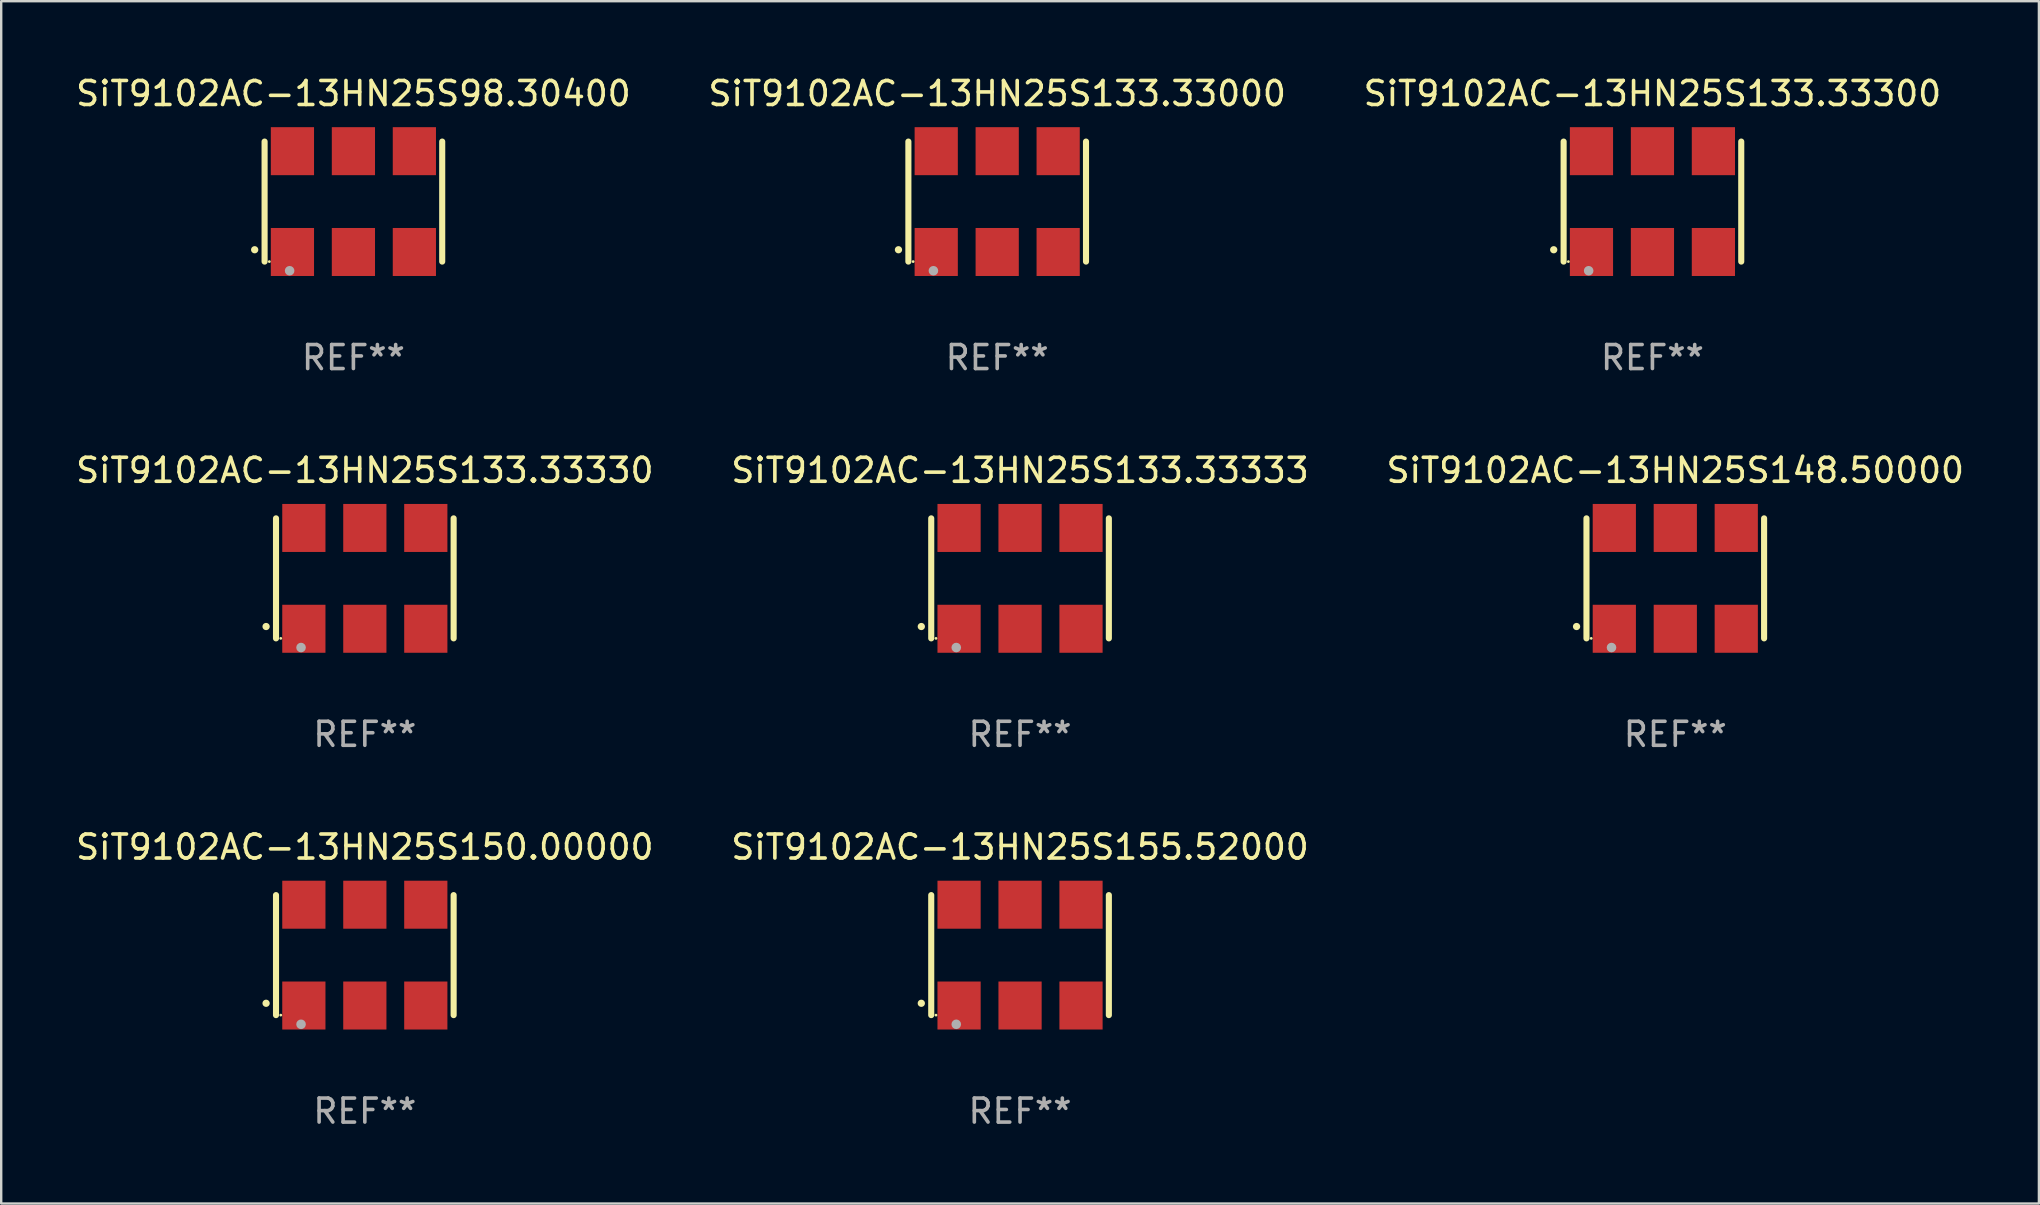
<source format=kicad_pcb>
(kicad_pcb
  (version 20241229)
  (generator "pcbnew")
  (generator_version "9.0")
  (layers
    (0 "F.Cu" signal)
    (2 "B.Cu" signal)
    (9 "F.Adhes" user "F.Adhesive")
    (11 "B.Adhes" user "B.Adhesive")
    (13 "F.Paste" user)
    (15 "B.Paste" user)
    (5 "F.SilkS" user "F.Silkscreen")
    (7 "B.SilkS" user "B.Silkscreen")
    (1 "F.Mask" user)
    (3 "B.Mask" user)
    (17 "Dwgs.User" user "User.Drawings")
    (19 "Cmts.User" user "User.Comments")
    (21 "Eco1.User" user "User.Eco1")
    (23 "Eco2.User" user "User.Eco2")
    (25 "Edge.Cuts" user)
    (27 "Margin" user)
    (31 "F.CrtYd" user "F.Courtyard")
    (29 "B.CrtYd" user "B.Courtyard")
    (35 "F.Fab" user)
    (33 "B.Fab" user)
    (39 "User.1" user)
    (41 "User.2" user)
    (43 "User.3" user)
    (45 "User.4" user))
  (footprint "SiT9102AC-13HN25S148.50000"
    (layer "F.Cu")
    (at 66.744 21.045)
    (property "Reference" "SiT9102AC-13HN25S148.50000" (at 0 -4.5 0) (layer "F.SilkS") (effects (font (size 1 1) (thickness 0.15))))
    (attr through_hole)
    (fp_line (start -3.7 -2.5) (end -3.7 2.5) (stroke (width 0.254) (type solid)) (layer "F.SilkS"))
    (fp_line (start 3.7 -2.5) (end 3.7 2.5) (stroke (width 0.254) (type solid)) (layer "F.SilkS"))
    (fp_arc (start -4.114415 2.006604) (mid -4.113145 2.006599) (end -4.111875 2.006604) (stroke (width 0.3) (type solid)) (layer "F.SilkS"))
    (fp_circle (center -3.502 2.5) (end -3.472 2.5) (stroke (width 0.06) (type solid)) (fill no) (layer "F.SilkS"))
    (fp_circle (center -2.657 2.882) (end -2.557 2.882) (stroke (width 0.2) (type solid)) (fill no) (layer "F.Fab"))
    (fp_text user "REF**" (at 0 6.5 0) (layer "F.Fab") (effects (font (size 1 1) (thickness 0.15))))
    (pad "1" smd rect (at -2.54 2.1) (size 1.8 2) (layers "F.Cu" "F.Mask" "F.Paste"))
    (pad "2" smd rect (at 0.000394 2.1) (size 1.8 2) (layers "F.Cu" "F.Mask" "F.Paste"))
    (pad "3" smd rect (at 2.54 2.1) (size 1.8 2) (layers "F.Cu" "F.Mask" "F.Paste"))
    (pad "4" smd rect (at 2.54 -2.1) (size 1.8 2) (layers "F.Cu" "F.Mask" "F.Paste"))
    (pad "5" smd rect (at 0.000394 -2.1) (size 1.8 2) (layers "F.Cu" "F.Mask" "F.Paste"))
    (pad "6" smd rect (at -2.54 -2.1) (size 1.8 2) (layers "F.Cu" "F.Mask" "F.Paste")))
  (footprint "SiT9102AC-13HN25S150.00000"
    (layer "F.Cu")
    (at 12.149 36.741)
    (property "Reference" "SiT9102AC-13HN25S150.00000" (at 0 -4.5 0) (layer "F.SilkS") (effects (font (size 1 1) (thickness 0.15))))
    (attr through_hole)
    (fp_line (start -3.7 -2.5) (end -3.7 2.5) (stroke (width 0.254) (type solid)) (layer "F.SilkS"))
    (fp_line (start 3.7 -2.5) (end 3.7 2.5) (stroke (width 0.254) (type solid)) (layer "F.SilkS"))
    (fp_arc (start -4.114415 2.006604) (mid -4.113145 2.006599) (end -4.111875 2.006604) (stroke (width 0.3) (type solid)) (layer "F.SilkS"))
    (fp_circle (center -3.502 2.5) (end -3.472 2.5) (stroke (width 0.06) (type solid)) (fill no) (layer "F.SilkS"))
    (fp_circle (center -2.657 2.882) (end -2.557 2.882) (stroke (width 0.2) (type solid)) (fill no) (layer "F.Fab"))
    (fp_text user "REF**" (at 0 6.5 0) (layer "F.Fab") (effects (font (size 1 1) (thickness 0.15))))
    (pad "1" smd rect (at -2.54 2.1) (size 1.8 2) (layers "F.Cu" "F.Mask" "F.Paste"))
    (pad "2" smd rect (at 0.000394 2.1) (size 1.8 2) (layers "F.Cu" "F.Mask" "F.Paste"))
    (pad "3" smd rect (at 2.54 2.1) (size 1.8 2) (layers "F.Cu" "F.Mask" "F.Paste"))
    (pad "4" smd rect (at 2.54 -2.1) (size 1.8 2) (layers "F.Cu" "F.Mask" "F.Paste"))
    (pad "5" smd rect (at 0.000394 -2.1) (size 1.8 2) (layers "F.Cu" "F.Mask" "F.Paste"))
    (pad "6" smd rect (at -2.54 -2.1) (size 1.8 2) (layers "F.Cu" "F.Mask" "F.Paste")))
  (footprint "SiT9102AC-13HN25S133.33000"
    (layer "F.Cu")
    (at 38.494 5.348)
    (property "Reference" "SiT9102AC-13HN25S133.33000" (at 0 -4.5 0) (layer "F.SilkS") (effects (font (size 1 1) (thickness 0.15))))
    (attr through_hole)
    (fp_line (start -3.7 -2.5) (end -3.7 2.5) (stroke (width 0.254) (type solid)) (layer "F.SilkS"))
    (fp_line (start 3.7 -2.5) (end 3.7 2.5) (stroke (width 0.254) (type solid)) (layer "F.SilkS"))
    (fp_arc (start -4.114415 2.006604) (mid -4.113145 2.006599) (end -4.111875 2.006604) (stroke (width 0.3) (type solid)) (layer "F.SilkS"))
    (fp_circle (center -3.502 2.5) (end -3.472 2.5) (stroke (width 0.06) (type solid)) (fill no) (layer "F.SilkS"))
    (fp_circle (center -2.657 2.882) (end -2.557 2.882) (stroke (width 0.2) (type solid)) (fill no) (layer "F.Fab"))
    (fp_text user "REF**" (at 0 6.5 0) (layer "F.Fab") (effects (font (size 1 1) (thickness 0.15))))
    (pad "1" smd rect (at -2.54 2.1) (size 1.8 2) (layers "F.Cu" "F.Mask" "F.Paste"))
    (pad "2" smd rect (at 0.000394 2.1) (size 1.8 2) (layers "F.Cu" "F.Mask" "F.Paste"))
    (pad "3" smd rect (at 2.54 2.1) (size 1.8 2) (layers "F.Cu" "F.Mask" "F.Paste"))
    (pad "4" smd rect (at 2.54 -2.1) (size 1.8 2) (layers "F.Cu" "F.Mask" "F.Paste"))
    (pad "5" smd rect (at 0.000394 -2.1) (size 1.8 2) (layers "F.Cu" "F.Mask" "F.Paste"))
    (pad "6" smd rect (at -2.54 -2.1) (size 1.8 2) (layers "F.Cu" "F.Mask" "F.Paste")))
  (footprint "SiT9102AC-13HN25S133.33330"
    (layer "F.Cu")
    (at 12.149 21.045)
    (property "Reference" "SiT9102AC-13HN25S133.33330" (at 0 -4.5 0) (layer "F.SilkS") (effects (font (size 1 1) (thickness 0.15))))
    (attr through_hole)
    (fp_line (start -3.7 -2.5) (end -3.7 2.5) (stroke (width 0.254) (type solid)) (layer "F.SilkS"))
    (fp_line (start 3.7 -2.5) (end 3.7 2.5) (stroke (width 0.254) (type solid)) (layer "F.SilkS"))
    (fp_arc (start -4.114415 2.006604) (mid -4.113145 2.006599) (end -4.111875 2.006604) (stroke (width 0.3) (type solid)) (layer "F.SilkS"))
    (fp_circle (center -3.502 2.5) (end -3.472 2.5) (stroke (width 0.06) (type solid)) (fill no) (layer "F.SilkS"))
    (fp_circle (center -2.657 2.882) (end -2.557 2.882) (stroke (width 0.2) (type solid)) (fill no) (layer "F.Fab"))
    (fp_text user "REF**" (at 0 6.5 0) (layer "F.Fab") (effects (font (size 1 1) (thickness 0.15))))
    (pad "1" smd rect (at -2.54 2.1) (size 1.8 2) (layers "F.Cu" "F.Mask" "F.Paste"))
    (pad "2" smd rect (at 0.000394 2.1) (size 1.8 2) (layers "F.Cu" "F.Mask" "F.Paste"))
    (pad "3" smd rect (at 2.54 2.1) (size 1.8 2) (layers "F.Cu" "F.Mask" "F.Paste"))
    (pad "4" smd rect (at 2.54 -2.1) (size 1.8 2) (layers "F.Cu" "F.Mask" "F.Paste"))
    (pad "5" smd rect (at 0.000394 -2.1) (size 1.8 2) (layers "F.Cu" "F.Mask" "F.Paste"))
    (pad "6" smd rect (at -2.54 -2.1) (size 1.8 2) (layers "F.Cu" "F.Mask" "F.Paste")))
  (footprint "SiT9102AC-13HN25S98.30400"
    (layer "F.Cu")
    (at 11.673 5.348)
    (property "Reference" "SiT9102AC-13HN25S98.30400" (at 0 -4.5 0) (layer "F.SilkS") (effects (font (size 1 1) (thickness 0.15))))
    (attr through_hole)
    (fp_line (start -3.7 -2.5) (end -3.7 2.5) (stroke (width 0.254) (type solid)) (layer "F.SilkS"))
    (fp_line (start 3.7 -2.5) (end 3.7 2.5) (stroke (width 0.254) (type solid)) (layer "F.SilkS"))
    (fp_arc (start -4.114415 2.006604) (mid -4.113145 2.006599) (end -4.111875 2.006604) (stroke (width 0.3) (type solid)) (layer "F.SilkS"))
    (fp_circle (center -3.502 2.5) (end -3.472 2.5) (stroke (width 0.06) (type solid)) (fill no) (layer "F.SilkS"))
    (fp_circle (center -2.657 2.882) (end -2.557 2.882) (stroke (width 0.2) (type solid)) (fill no) (layer "F.Fab"))
    (fp_text user "REF**" (at 0 6.5 0) (layer "F.Fab") (effects (font (size 1 1) (thickness 0.15))))
    (pad "1" smd rect (at -2.54 2.1) (size 1.8 2) (layers "F.Cu" "F.Mask" "F.Paste"))
    (pad "2" smd rect (at 0.000394 2.1) (size 1.8 2) (layers "F.Cu" "F.Mask" "F.Paste"))
    (pad "3" smd rect (at 2.54 2.1) (size 1.8 2) (layers "F.Cu" "F.Mask" "F.Paste"))
    (pad "4" smd rect (at 2.54 -2.1) (size 1.8 2) (layers "F.Cu" "F.Mask" "F.Paste"))
    (pad "5" smd rect (at 0.000394 -2.1) (size 1.8 2) (layers "F.Cu" "F.Mask" "F.Paste"))
    (pad "6" smd rect (at -2.54 -2.1) (size 1.8 2) (layers "F.Cu" "F.Mask" "F.Paste")))
  (footprint "SiT9102AC-13HN25S133.33300"
    (layer "F.Cu")
    (at 65.792 5.348)
    (property "Reference" "SiT9102AC-13HN25S133.33300" (at 0 -4.5 0) (layer "F.SilkS") (effects (font (size 1 1) (thickness 0.15))))
    (attr through_hole)
    (fp_line (start -3.7 -2.5) (end -3.7 2.5) (stroke (width 0.254) (type solid)) (layer "F.SilkS"))
    (fp_line (start 3.7 -2.5) (end 3.7 2.5) (stroke (width 0.254) (type solid)) (layer "F.SilkS"))
    (fp_arc (start -4.114415 2.006604) (mid -4.113145 2.006599) (end -4.111875 2.006604) (stroke (width 0.3) (type solid)) (layer "F.SilkS"))
    (fp_circle (center -3.502 2.5) (end -3.472 2.5) (stroke (width 0.06) (type solid)) (fill no) (layer "F.SilkS"))
    (fp_circle (center -2.657 2.882) (end -2.557 2.882) (stroke (width 0.2) (type solid)) (fill no) (layer "F.Fab"))
    (fp_text user "REF**" (at 0 6.5 0) (layer "F.Fab") (effects (font (size 1 1) (thickness 0.15))))
    (pad "1" smd rect (at -2.54 2.1) (size 1.8 2) (layers "F.Cu" "F.Mask" "F.Paste"))
    (pad "2" smd rect (at 0.000394 2.1) (size 1.8 2) (layers "F.Cu" "F.Mask" "F.Paste"))
    (pad "3" smd rect (at 2.54 2.1) (size 1.8 2) (layers "F.Cu" "F.Mask" "F.Paste"))
    (pad "4" smd rect (at 2.54 -2.1) (size 1.8 2) (layers "F.Cu" "F.Mask" "F.Paste"))
    (pad "5" smd rect (at 0.000394 -2.1) (size 1.8 2) (layers "F.Cu" "F.Mask" "F.Paste"))
    (pad "6" smd rect (at -2.54 -2.1) (size 1.8 2) (layers "F.Cu" "F.Mask" "F.Paste")))
  (footprint "SiT9102AC-13HN25S133.33333"
    (layer "F.Cu")
    (at 39.446 21.045)
    (property "Reference" "SiT9102AC-13HN25S133.33333" (at 0 -4.5 0) (layer "F.SilkS") (effects (font (size 1 1) (thickness 0.15))))
    (attr through_hole)
    (fp_line (start -3.7 -2.5) (end -3.7 2.5) (stroke (width 0.254) (type solid)) (layer "F.SilkS"))
    (fp_line (start 3.7 -2.5) (end 3.7 2.5) (stroke (width 0.254) (type solid)) (layer "F.SilkS"))
    (fp_arc (start -4.114415 2.006604) (mid -4.113145 2.006599) (end -4.111875 2.006604) (stroke (width 0.3) (type solid)) (layer "F.SilkS"))
    (fp_circle (center -3.502 2.5) (end -3.472 2.5) (stroke (width 0.06) (type solid)) (fill no) (layer "F.SilkS"))
    (fp_circle (center -2.657 2.882) (end -2.557 2.882) (stroke (width 0.2) (type solid)) (fill no) (layer "F.Fab"))
    (fp_text user "REF**" (at 0 6.5 0) (layer "F.Fab") (effects (font (size 1 1) (thickness 0.15))))
    (pad "1" smd rect (at -2.54 2.1) (size 1.8 2) (layers "F.Cu" "F.Mask" "F.Paste"))
    (pad "2" smd rect (at 0.000394 2.1) (size 1.8 2) (layers "F.Cu" "F.Mask" "F.Paste"))
    (pad "3" smd rect (at 2.54 2.1) (size 1.8 2) (layers "F.Cu" "F.Mask" "F.Paste"))
    (pad "4" smd rect (at 2.54 -2.1) (size 1.8 2) (layers "F.Cu" "F.Mask" "F.Paste"))
    (pad "5" smd rect (at 0.000394 -2.1) (size 1.8 2) (layers "F.Cu" "F.Mask" "F.Paste"))
    (pad "6" smd rect (at -2.54 -2.1) (size 1.8 2) (layers "F.Cu" "F.Mask" "F.Paste")))
  (footprint "SiT9102AC-13HN25S155.52000"
    (layer "F.Cu")
    (at 39.446 36.741)
    (property "Reference" "SiT9102AC-13HN25S155.52000" (at 0 -4.5 0) (layer "F.SilkS") (effects (font (size 1 1) (thickness 0.15))))
    (attr through_hole)
    (fp_line (start -3.7 -2.5) (end -3.7 2.5) (stroke (width 0.254) (type solid)) (layer "F.SilkS"))
    (fp_line (start 3.7 -2.5) (end 3.7 2.5) (stroke (width 0.254) (type solid)) (layer "F.SilkS"))
    (fp_arc (start -4.114415 2.006604) (mid -4.113145 2.006599) (end -4.111875 2.006604) (stroke (width 0.3) (type solid)) (layer "F.SilkS"))
    (fp_circle (center -3.502 2.5) (end -3.472 2.5) (stroke (width 0.06) (type solid)) (fill no) (layer "F.SilkS"))
    (fp_circle (center -2.657 2.882) (end -2.557 2.882) (stroke (width 0.2) (type solid)) (fill no) (layer "F.Fab"))
    (fp_text user "REF**" (at 0 6.5 0) (layer "F.Fab") (effects (font (size 1 1) (thickness 0.15))))
    (pad "1" smd rect (at -2.54 2.1) (size 1.8 2) (layers "F.Cu" "F.Mask" "F.Paste"))
    (pad "2" smd rect (at 0.000394 2.1) (size 1.8 2) (layers "F.Cu" "F.Mask" "F.Paste"))
    (pad "3" smd rect (at 2.54 2.1) (size 1.8 2) (layers "F.Cu" "F.Mask" "F.Paste"))
    (pad "4" smd rect (at 2.54 -2.1) (size 1.8 2) (layers "F.Cu" "F.Mask" "F.Paste"))
    (pad "5" smd rect (at 0.000394 -2.1) (size 1.8 2) (layers "F.Cu" "F.Mask" "F.Paste"))
    (pad "6" smd rect (at -2.54 -2.1) (size 1.8 2) (layers "F.Cu" "F.Mask" "F.Paste")))
  (gr_rect
    (start -3 -3)
    (end 81.893 47.09)
    (stroke (width 0.1) (type default))
    (fill no)
    (layer "Edge.Cuts")))
</source>
